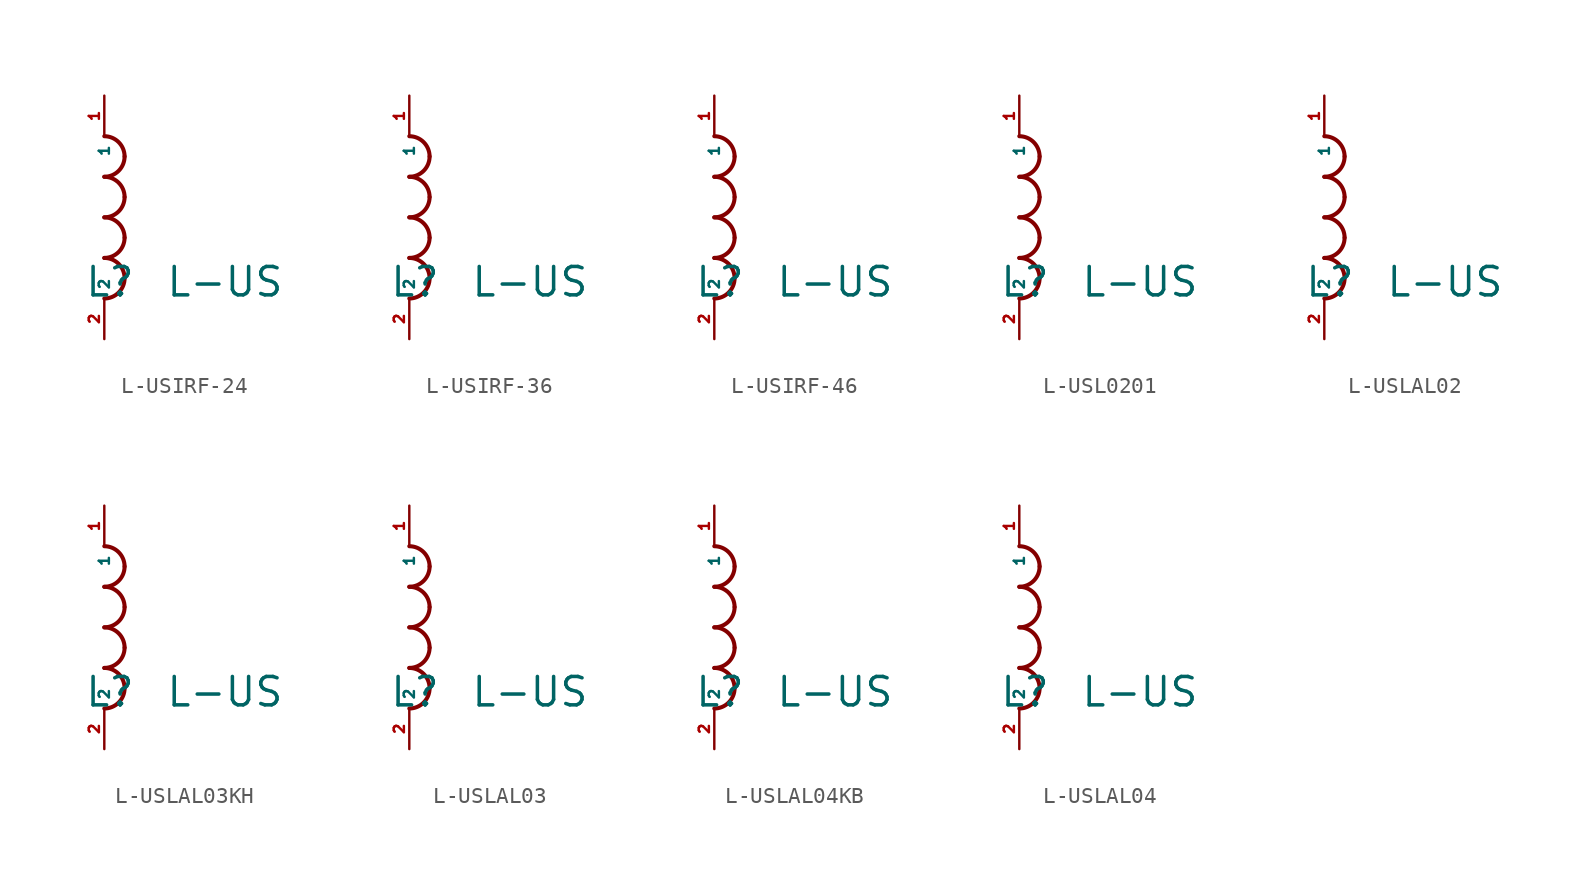
<source format=kicad_sym>
(kicad_symbol_lib
  (version 20220914)
  (generator Eagle2Kicad)
  (symbol "L-USIRF-24"
    (property "Reference" "L"
      (at -1.27 -5.08 0)
      (effects (font (size 1.778 1.778) (thickness 0.22)) (justify left bottom)))
    (property "Value" "L-US"
      (at 3.81 -5.08 0)
      (effects (font (size 1.778 1.778) (thickness 0.22)) (justify left bottom)))
    (arc
      (start 1.27 3.81)
      (mid 0.898 4.708)
      (end 0 5.08)
      (stroke (width 0.254) (type default))
      (fill (type none)))
    (arc
      (start 0 2.54)
      (mid 0.898 2.912)
      (end 1.27 3.81)
      (stroke (width 0.254) (type default))
      (fill (type none)))
    (arc
      (start 1.27 1.27)
      (mid 0.898 2.168)
      (end 0 2.54)
      (stroke (width 0.254) (type default))
      (fill (type none)))
    (arc
      (start 0 0)
      (mid 0.898 0.372)
      (end 1.27 1.27)
      (stroke (width 0.254) (type default))
      (fill (type none)))
    (arc
      (start 1.27 -1.27)
      (mid 0.898 -0.372)
      (end 0 0)
      (stroke (width 0.254) (type default))
      (fill (type none)))
    (arc
      (start 0 -2.54)
      (mid 0.898 -2.168)
      (end 1.27 -1.27)
      (stroke (width 0.254) (type default))
      (fill (type none)))
    (arc
      (start 1.27 -3.81)
      (mid 0.898 -2.912)
      (end 0 -2.54)
      (stroke (width 0.254) (type default))
      (fill (type none)))
    (arc
      (start 0 -5.08)
      (mid 0.898 -4.708)
      (end 1.27 -3.81)
      (stroke (width 0.254) (type default))
      (fill (type none)))
    (pin passive line
      (at 0 -7.62 90)
      (length 2.54)
      (name "2" (effects (font (size 0.635 0.635) (thickness 0.08)) (justify left bottom)))
      (number "2" (effects (font (size 0.635 0.635) (thickness 0.08)) (justify left bottom))))
    (pin passive line
      (at 0 7.62 270)
      (length 2.54)
      (name "1" (effects (font (size 0.635 0.635) (thickness 0.08)) (justify left bottom)))
      (number "1" (effects (font (size 0.635 0.635) (thickness 0.08)) (justify left bottom)))))
  (symbol "L-USIRF-36"
    (property "Reference" "L"
      (at -1.27 -5.08 0)
      (effects (font (size 1.778 1.778) (thickness 0.22)) (justify left bottom)))
    (property "Value" "L-US"
      (at 3.81 -5.08 0)
      (effects (font (size 1.778 1.778) (thickness 0.22)) (justify left bottom)))
    (arc
      (start 1.27 3.81)
      (mid 0.898 4.708)
      (end 0 5.08)
      (stroke (width 0.254) (type default))
      (fill (type none)))
    (arc
      (start 0 2.54)
      (mid 0.898 2.912)
      (end 1.27 3.81)
      (stroke (width 0.254) (type default))
      (fill (type none)))
    (arc
      (start 1.27 1.27)
      (mid 0.898 2.168)
      (end 0 2.54)
      (stroke (width 0.254) (type default))
      (fill (type none)))
    (arc
      (start 0 0)
      (mid 0.898 0.372)
      (end 1.27 1.27)
      (stroke (width 0.254) (type default))
      (fill (type none)))
    (arc
      (start 1.27 -1.27)
      (mid 0.898 -0.372)
      (end 0 0)
      (stroke (width 0.254) (type default))
      (fill (type none)))
    (arc
      (start 0 -2.54)
      (mid 0.898 -2.168)
      (end 1.27 -1.27)
      (stroke (width 0.254) (type default))
      (fill (type none)))
    (arc
      (start 1.27 -3.81)
      (mid 0.898 -2.912)
      (end 0 -2.54)
      (stroke (width 0.254) (type default))
      (fill (type none)))
    (arc
      (start 0 -5.08)
      (mid 0.898 -4.708)
      (end 1.27 -3.81)
      (stroke (width 0.254) (type default))
      (fill (type none)))
    (pin passive line
      (at 0 -7.62 90)
      (length 2.54)
      (name "2" (effects (font (size 0.635 0.635) (thickness 0.08)) (justify left bottom)))
      (number "2" (effects (font (size 0.635 0.635) (thickness 0.08)) (justify left bottom))))
    (pin passive line
      (at 0 7.62 270)
      (length 2.54)
      (name "1" (effects (font (size 0.635 0.635) (thickness 0.08)) (justify left bottom)))
      (number "1" (effects (font (size 0.635 0.635) (thickness 0.08)) (justify left bottom)))))
  (symbol "L-USIRF-46"
    (property "Reference" "L"
      (at -1.27 -5.08 0)
      (effects (font (size 1.778 1.778) (thickness 0.22)) (justify left bottom)))
    (property "Value" "L-US"
      (at 3.81 -5.08 0)
      (effects (font (size 1.778 1.778) (thickness 0.22)) (justify left bottom)))
    (arc
      (start 1.27 3.81)
      (mid 0.898 4.708)
      (end 0 5.08)
      (stroke (width 0.254) (type default))
      (fill (type none)))
    (arc
      (start 0 2.54)
      (mid 0.898 2.912)
      (end 1.27 3.81)
      (stroke (width 0.254) (type default))
      (fill (type none)))
    (arc
      (start 1.27 1.27)
      (mid 0.898 2.168)
      (end 0 2.54)
      (stroke (width 0.254) (type default))
      (fill (type none)))
    (arc
      (start 0 0)
      (mid 0.898 0.372)
      (end 1.27 1.27)
      (stroke (width 0.254) (type default))
      (fill (type none)))
    (arc
      (start 1.27 -1.27)
      (mid 0.898 -0.372)
      (end 0 0)
      (stroke (width 0.254) (type default))
      (fill (type none)))
    (arc
      (start 0 -2.54)
      (mid 0.898 -2.168)
      (end 1.27 -1.27)
      (stroke (width 0.254) (type default))
      (fill (type none)))
    (arc
      (start 1.27 -3.81)
      (mid 0.898 -2.912)
      (end 0 -2.54)
      (stroke (width 0.254) (type default))
      (fill (type none)))
    (arc
      (start 0 -5.08)
      (mid 0.898 -4.708)
      (end 1.27 -3.81)
      (stroke (width 0.254) (type default))
      (fill (type none)))
    (pin passive line
      (at 0 -7.62 90)
      (length 2.54)
      (name "2" (effects (font (size 0.635 0.635) (thickness 0.08)) (justify left bottom)))
      (number "2" (effects (font (size 0.635 0.635) (thickness 0.08)) (justify left bottom))))
    (pin passive line
      (at 0 7.62 270)
      (length 2.54)
      (name "1" (effects (font (size 0.635 0.635) (thickness 0.08)) (justify left bottom)))
      (number "1" (effects (font (size 0.635 0.635) (thickness 0.08)) (justify left bottom)))))
  (symbol "L-USL0201"
    (property "Reference" "L"
      (at -1.27 -5.08 0)
      (effects (font (size 1.778 1.778) (thickness 0.22)) (justify left bottom)))
    (property "Value" "L-US"
      (at 3.81 -5.08 0)
      (effects (font (size 1.778 1.778) (thickness 0.22)) (justify left bottom)))
    (arc
      (start 1.27 3.81)
      (mid 0.898 4.708)
      (end 0 5.08)
      (stroke (width 0.254) (type default))
      (fill (type none)))
    (arc
      (start 0 2.54)
      (mid 0.898 2.912)
      (end 1.27 3.81)
      (stroke (width 0.254) (type default))
      (fill (type none)))
    (arc
      (start 1.27 1.27)
      (mid 0.898 2.168)
      (end 0 2.54)
      (stroke (width 0.254) (type default))
      (fill (type none)))
    (arc
      (start 0 0)
      (mid 0.898 0.372)
      (end 1.27 1.27)
      (stroke (width 0.254) (type default))
      (fill (type none)))
    (arc
      (start 1.27 -1.27)
      (mid 0.898 -0.372)
      (end 0 0)
      (stroke (width 0.254) (type default))
      (fill (type none)))
    (arc
      (start 0 -2.54)
      (mid 0.898 -2.168)
      (end 1.27 -1.27)
      (stroke (width 0.254) (type default))
      (fill (type none)))
    (arc
      (start 1.27 -3.81)
      (mid 0.898 -2.912)
      (end 0 -2.54)
      (stroke (width 0.254) (type default))
      (fill (type none)))
    (arc
      (start 0 -5.08)
      (mid 0.898 -4.708)
      (end 1.27 -3.81)
      (stroke (width 0.254) (type default))
      (fill (type none)))
    (pin passive line
      (at 0 -7.62 90)
      (length 2.54)
      (name "2" (effects (font (size 0.635 0.635) (thickness 0.08)) (justify left bottom)))
      (number "2" (effects (font (size 0.635 0.635) (thickness 0.08)) (justify left bottom))))
    (pin passive line
      (at 0 7.62 270)
      (length 2.54)
      (name "1" (effects (font (size 0.635 0.635) (thickness 0.08)) (justify left bottom)))
      (number "1" (effects (font (size 0.635 0.635) (thickness 0.08)) (justify left bottom)))))
  (symbol "L-USLAL02"
    (property "Reference" "L"
      (at -1.27 -5.08 0)
      (effects (font (size 1.778 1.778) (thickness 0.22)) (justify left bottom)))
    (property "Value" "L-US"
      (at 3.81 -5.08 0)
      (effects (font (size 1.778 1.778) (thickness 0.22)) (justify left bottom)))
    (arc
      (start 1.27 3.81)
      (mid 0.898 4.708)
      (end 0 5.08)
      (stroke (width 0.254) (type default))
      (fill (type none)))
    (arc
      (start 0 2.54)
      (mid 0.898 2.912)
      (end 1.27 3.81)
      (stroke (width 0.254) (type default))
      (fill (type none)))
    (arc
      (start 1.27 1.27)
      (mid 0.898 2.168)
      (end 0 2.54)
      (stroke (width 0.254) (type default))
      (fill (type none)))
    (arc
      (start 0 0)
      (mid 0.898 0.372)
      (end 1.27 1.27)
      (stroke (width 0.254) (type default))
      (fill (type none)))
    (arc
      (start 1.27 -1.27)
      (mid 0.898 -0.372)
      (end 0 0)
      (stroke (width 0.254) (type default))
      (fill (type none)))
    (arc
      (start 0 -2.54)
      (mid 0.898 -2.168)
      (end 1.27 -1.27)
      (stroke (width 0.254) (type default))
      (fill (type none)))
    (arc
      (start 1.27 -3.81)
      (mid 0.898 -2.912)
      (end 0 -2.54)
      (stroke (width 0.254) (type default))
      (fill (type none)))
    (arc
      (start 0 -5.08)
      (mid 0.898 -4.708)
      (end 1.27 -3.81)
      (stroke (width 0.254) (type default))
      (fill (type none)))
    (pin passive line
      (at 0 -7.62 90)
      (length 2.54)
      (name "2" (effects (font (size 0.635 0.635) (thickness 0.08)) (justify left bottom)))
      (number "2" (effects (font (size 0.635 0.635) (thickness 0.08)) (justify left bottom))))
    (pin passive line
      (at 0 7.62 270)
      (length 2.54)
      (name "1" (effects (font (size 0.635 0.635) (thickness 0.08)) (justify left bottom)))
      (number "1" (effects (font (size 0.635 0.635) (thickness 0.08)) (justify left bottom)))))
  (symbol "L-USLAL03KH"
    (property "Reference" "L"
      (at -1.27 -5.08 0)
      (effects (font (size 1.778 1.778) (thickness 0.22)) (justify left bottom)))
    (property "Value" "L-US"
      (at 3.81 -5.08 0)
      (effects (font (size 1.778 1.778) (thickness 0.22)) (justify left bottom)))
    (arc
      (start 1.27 3.81)
      (mid 0.898 4.708)
      (end 0 5.08)
      (stroke (width 0.254) (type default))
      (fill (type none)))
    (arc
      (start 0 2.54)
      (mid 0.898 2.912)
      (end 1.27 3.81)
      (stroke (width 0.254) (type default))
      (fill (type none)))
    (arc
      (start 1.27 1.27)
      (mid 0.898 2.168)
      (end 0 2.54)
      (stroke (width 0.254) (type default))
      (fill (type none)))
    (arc
      (start 0 0)
      (mid 0.898 0.372)
      (end 1.27 1.27)
      (stroke (width 0.254) (type default))
      (fill (type none)))
    (arc
      (start 1.27 -1.27)
      (mid 0.898 -0.372)
      (end 0 0)
      (stroke (width 0.254) (type default))
      (fill (type none)))
    (arc
      (start 0 -2.54)
      (mid 0.898 -2.168)
      (end 1.27 -1.27)
      (stroke (width 0.254) (type default))
      (fill (type none)))
    (arc
      (start 1.27 -3.81)
      (mid 0.898 -2.912)
      (end 0 -2.54)
      (stroke (width 0.254) (type default))
      (fill (type none)))
    (arc
      (start 0 -5.08)
      (mid 0.898 -4.708)
      (end 1.27 -3.81)
      (stroke (width 0.254) (type default))
      (fill (type none)))
    (pin passive line
      (at 0 -7.62 90)
      (length 2.54)
      (name "2" (effects (font (size 0.635 0.635) (thickness 0.08)) (justify left bottom)))
      (number "2" (effects (font (size 0.635 0.635) (thickness 0.08)) (justify left bottom))))
    (pin passive line
      (at 0 7.62 270)
      (length 2.54)
      (name "1" (effects (font (size 0.635 0.635) (thickness 0.08)) (justify left bottom)))
      (number "1" (effects (font (size 0.635 0.635) (thickness 0.08)) (justify left bottom)))))
  (symbol "L-USLAL03"
    (property "Reference" "L"
      (at -1.27 -5.08 0)
      (effects (font (size 1.778 1.778) (thickness 0.22)) (justify left bottom)))
    (property "Value" "L-US"
      (at 3.81 -5.08 0)
      (effects (font (size 1.778 1.778) (thickness 0.22)) (justify left bottom)))
    (arc
      (start 1.27 3.81)
      (mid 0.898 4.708)
      (end 0 5.08)
      (stroke (width 0.254) (type default))
      (fill (type none)))
    (arc
      (start 0 2.54)
      (mid 0.898 2.912)
      (end 1.27 3.81)
      (stroke (width 0.254) (type default))
      (fill (type none)))
    (arc
      (start 1.27 1.27)
      (mid 0.898 2.168)
      (end 0 2.54)
      (stroke (width 0.254) (type default))
      (fill (type none)))
    (arc
      (start 0 0)
      (mid 0.898 0.372)
      (end 1.27 1.27)
      (stroke (width 0.254) (type default))
      (fill (type none)))
    (arc
      (start 1.27 -1.27)
      (mid 0.898 -0.372)
      (end 0 0)
      (stroke (width 0.254) (type default))
      (fill (type none)))
    (arc
      (start 0 -2.54)
      (mid 0.898 -2.168)
      (end 1.27 -1.27)
      (stroke (width 0.254) (type default))
      (fill (type none)))
    (arc
      (start 1.27 -3.81)
      (mid 0.898 -2.912)
      (end 0 -2.54)
      (stroke (width 0.254) (type default))
      (fill (type none)))
    (arc
      (start 0 -5.08)
      (mid 0.898 -4.708)
      (end 1.27 -3.81)
      (stroke (width 0.254) (type default))
      (fill (type none)))
    (pin passive line
      (at 0 -7.62 90)
      (length 2.54)
      (name "2" (effects (font (size 0.635 0.635) (thickness 0.08)) (justify left bottom)))
      (number "2" (effects (font (size 0.635 0.635) (thickness 0.08)) (justify left bottom))))
    (pin passive line
      (at 0 7.62 270)
      (length 2.54)
      (name "1" (effects (font (size 0.635 0.635) (thickness 0.08)) (justify left bottom)))
      (number "1" (effects (font (size 0.635 0.635) (thickness 0.08)) (justify left bottom)))))
  (symbol "L-USLAL04KB"
    (property "Reference" "L"
      (at -1.27 -5.08 0)
      (effects (font (size 1.778 1.778) (thickness 0.22)) (justify left bottom)))
    (property "Value" "L-US"
      (at 3.81 -5.08 0)
      (effects (font (size 1.778 1.778) (thickness 0.22)) (justify left bottom)))
    (arc
      (start 1.27 3.81)
      (mid 0.898 4.708)
      (end 0 5.08)
      (stroke (width 0.254) (type default))
      (fill (type none)))
    (arc
      (start 0 2.54)
      (mid 0.898 2.912)
      (end 1.27 3.81)
      (stroke (width 0.254) (type default))
      (fill (type none)))
    (arc
      (start 1.27 1.27)
      (mid 0.898 2.168)
      (end 0 2.54)
      (stroke (width 0.254) (type default))
      (fill (type none)))
    (arc
      (start 0 0)
      (mid 0.898 0.372)
      (end 1.27 1.27)
      (stroke (width 0.254) (type default))
      (fill (type none)))
    (arc
      (start 1.27 -1.27)
      (mid 0.898 -0.372)
      (end 0 0)
      (stroke (width 0.254) (type default))
      (fill (type none)))
    (arc
      (start 0 -2.54)
      (mid 0.898 -2.168)
      (end 1.27 -1.27)
      (stroke (width 0.254) (type default))
      (fill (type none)))
    (arc
      (start 1.27 -3.81)
      (mid 0.898 -2.912)
      (end 0 -2.54)
      (stroke (width 0.254) (type default))
      (fill (type none)))
    (arc
      (start 0 -5.08)
      (mid 0.898 -4.708)
      (end 1.27 -3.81)
      (stroke (width 0.254) (type default))
      (fill (type none)))
    (pin passive line
      (at 0 -7.62 90)
      (length 2.54)
      (name "2" (effects (font (size 0.635 0.635) (thickness 0.08)) (justify left bottom)))
      (number "2" (effects (font (size 0.635 0.635) (thickness 0.08)) (justify left bottom))))
    (pin passive line
      (at 0 7.62 270)
      (length 2.54)
      (name "1" (effects (font (size 0.635 0.635) (thickness 0.08)) (justify left bottom)))
      (number "1" (effects (font (size 0.635 0.635) (thickness 0.08)) (justify left bottom)))))
  (symbol "L-USLAL04"
    (property "Reference" "L"
      (at -1.27 -5.08 0)
      (effects (font (size 1.778 1.778) (thickness 0.22)) (justify left bottom)))
    (property "Value" "L-US"
      (at 3.81 -5.08 0)
      (effects (font (size 1.778 1.778) (thickness 0.22)) (justify left bottom)))
    (arc
      (start 1.27 3.81)
      (mid 0.898 4.708)
      (end 0 5.08)
      (stroke (width 0.254) (type default))
      (fill (type none)))
    (arc
      (start 0 2.54)
      (mid 0.898 2.912)
      (end 1.27 3.81)
      (stroke (width 0.254) (type default))
      (fill (type none)))
    (arc
      (start 1.27 1.27)
      (mid 0.898 2.168)
      (end 0 2.54)
      (stroke (width 0.254) (type default))
      (fill (type none)))
    (arc
      (start 0 0)
      (mid 0.898 0.372)
      (end 1.27 1.27)
      (stroke (width 0.254) (type default))
      (fill (type none)))
    (arc
      (start 1.27 -1.27)
      (mid 0.898 -0.372)
      (end 0 0)
      (stroke (width 0.254) (type default))
      (fill (type none)))
    (arc
      (start 0 -2.54)
      (mid 0.898 -2.168)
      (end 1.27 -1.27)
      (stroke (width 0.254) (type default))
      (fill (type none)))
    (arc
      (start 1.27 -3.81)
      (mid 0.898 -2.912)
      (end 0 -2.54)
      (stroke (width 0.254) (type default))
      (fill (type none)))
    (arc
      (start 0 -5.08)
      (mid 0.898 -4.708)
      (end 1.27 -3.81)
      (stroke (width 0.254) (type default))
      (fill (type none)))
    (pin passive line
      (at 0 -7.62 90)
      (length 2.54)
      (name "2" (effects (font (size 0.635 0.635) (thickness 0.08)) (justify left bottom)))
      (number "2" (effects (font (size 0.635 0.635) (thickness 0.08)) (justify left bottom))))
    (pin passive line
      (at 0 7.62 270)
      (length 2.54)
      (name "1" (effects (font (size 0.635 0.635) (thickness 0.08)) (justify left bottom)))
      (number "1" (effects (font (size 0.635 0.635) (thickness 0.08)) (justify left bottom))))))
</source>
